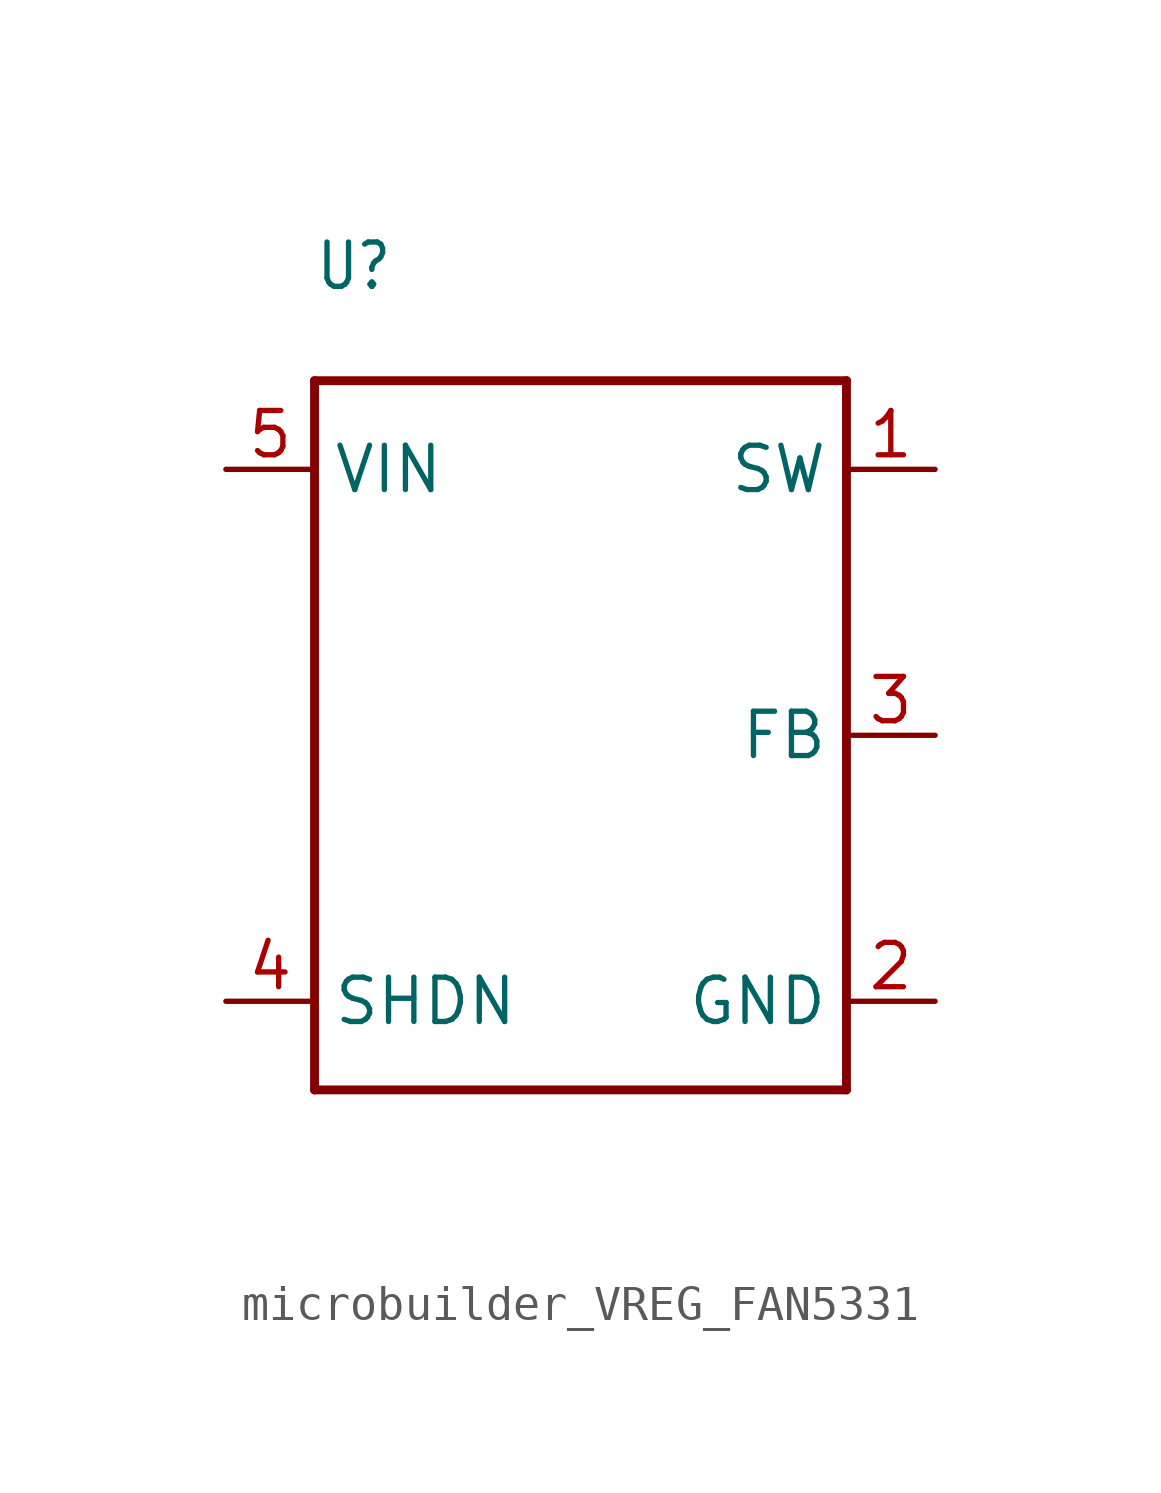
<source format=kicad_sym>
(kicad_symbol_lib
  (version 20231120)
  (generator "kicad_symbol_editor")
  (generator_version "8.0")
  (symbol "microbuilder_VREG_FAN5331"
    (property "Reference" "U"
      (at -7.62 12.7 0)
      (effects (font (size 1.27 1.079)) (justify left bottom)))
    (property "Value" ""
      (at -7.62 -12.7 0)
      (effects (font (size 1.27 1.079)) (justify left bottom)))
    (property "ki_locked" ""
      (at 0 0 0)
      (effects (font (size 1.27 1.27))))
    (symbol "microbuilder_VREG_FAN5331_1_0"
      (polyline (pts (xy -7.62 -10.16) (xy -7.62 10.16)) (stroke (width 0.254) (type solid)) (fill (type none)))
      (polyline (pts (xy -7.62 10.16) (xy 7.62 10.16)) (stroke (width 0.254) (type solid)) (fill (type none)))
      (polyline (pts (xy 7.62 -10.16) (xy -7.62 -10.16)) (stroke (width 0.254) (type solid)) (fill (type none)))
      (polyline (pts (xy 7.62 10.16) (xy 7.62 -10.16)) (stroke (width 0.254) (type solid)) (fill (type none)))
      (pin bidirectional line (at 10.16 7.62 180) (length 2.54) (name "SW" (effects (font (size 1.27 1.27)))) (number "1" (effects (font (size 1.27 1.27)))))
      (pin bidirectional line (at 10.16 -7.62 180) (length 2.54) (name "GND" (effects (font (size 1.27 1.27)))) (number "2" (effects (font (size 1.27 1.27)))))
      (pin bidirectional line (at 10.16 0 180) (length 2.54) (name "FB" (effects (font (size 1.27 1.27)))) (number "3" (effects (font (size 1.27 1.27)))))
      (pin bidirectional line (at -10.16 -7.62 0) (length 2.54) (name "SHDN" (effects (font (size 1.27 1.27)))) (number "4" (effects (font (size 1.27 1.27)))))
      (pin bidirectional line (at -10.16 7.62 0) (length 2.54) (name "VIN" (effects (font (size 1.27 1.27)))) (number "5" (effects (font (size 1.27 1.27))))))))
</source>
